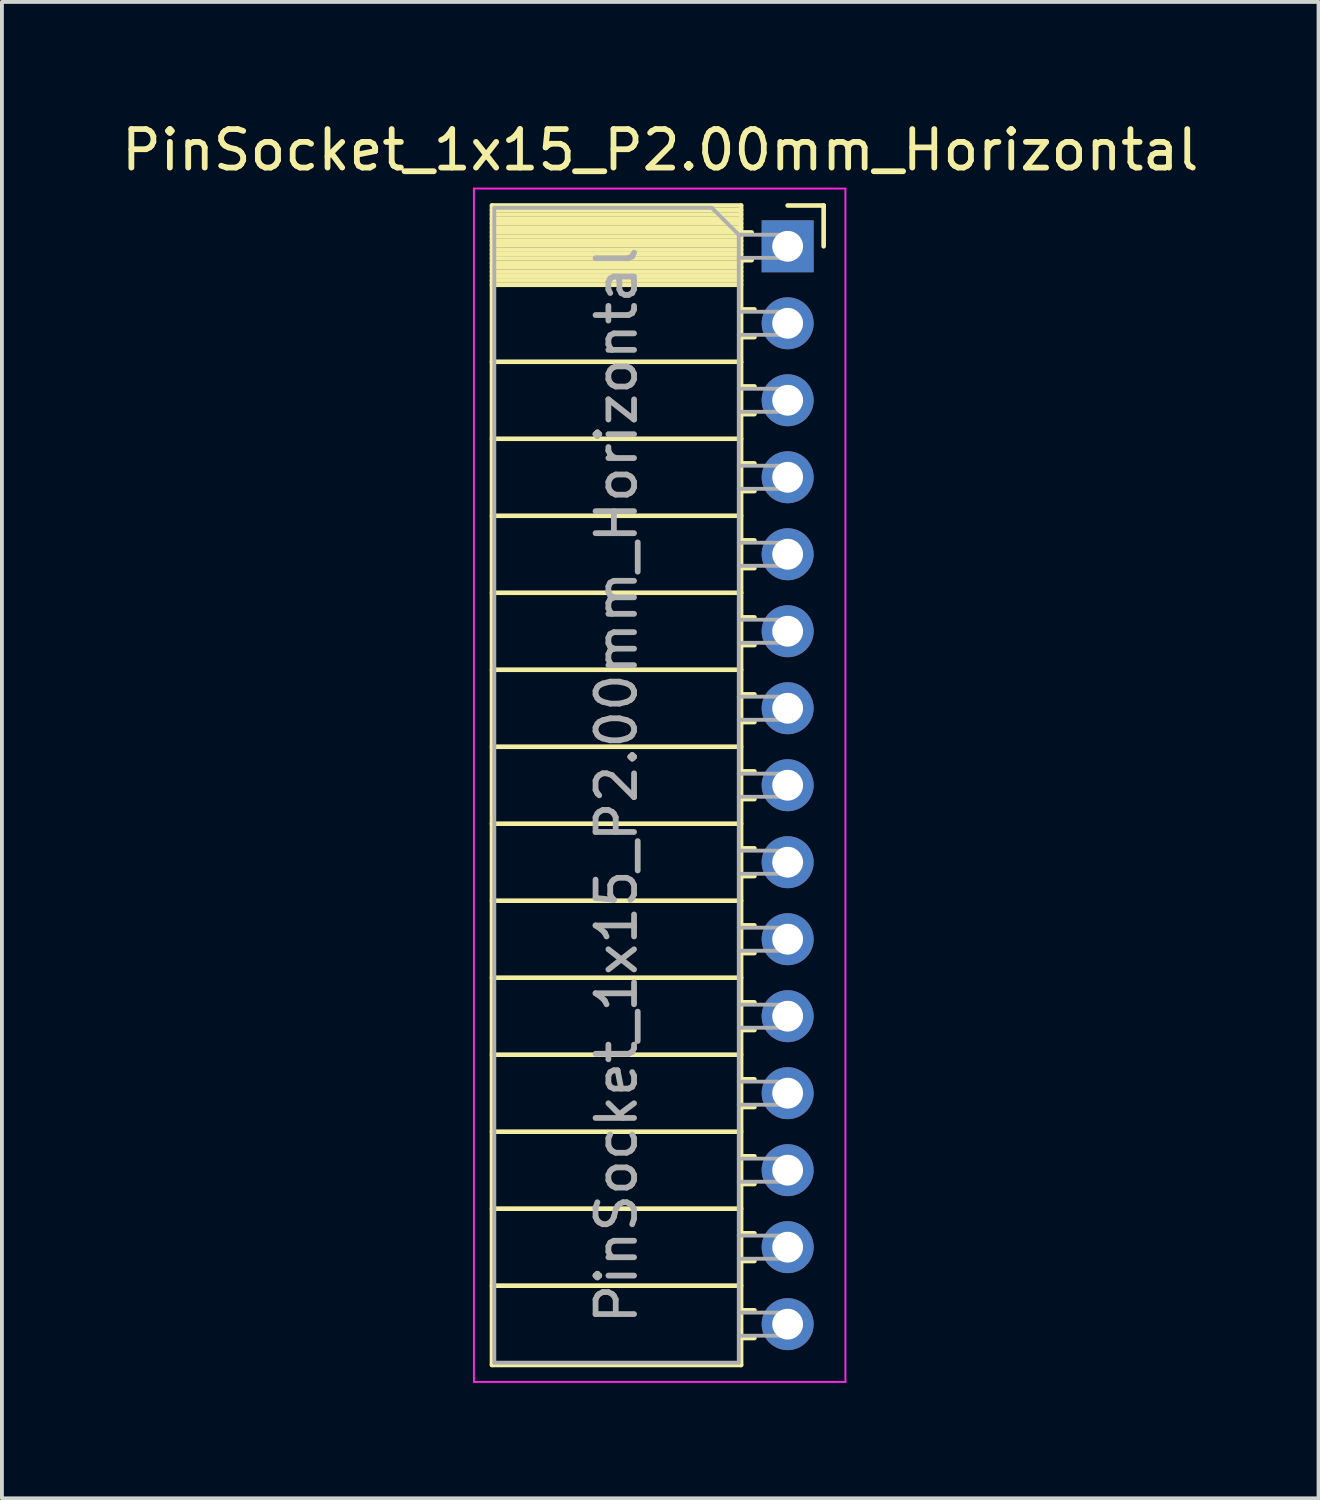
<source format=kicad_pcb>
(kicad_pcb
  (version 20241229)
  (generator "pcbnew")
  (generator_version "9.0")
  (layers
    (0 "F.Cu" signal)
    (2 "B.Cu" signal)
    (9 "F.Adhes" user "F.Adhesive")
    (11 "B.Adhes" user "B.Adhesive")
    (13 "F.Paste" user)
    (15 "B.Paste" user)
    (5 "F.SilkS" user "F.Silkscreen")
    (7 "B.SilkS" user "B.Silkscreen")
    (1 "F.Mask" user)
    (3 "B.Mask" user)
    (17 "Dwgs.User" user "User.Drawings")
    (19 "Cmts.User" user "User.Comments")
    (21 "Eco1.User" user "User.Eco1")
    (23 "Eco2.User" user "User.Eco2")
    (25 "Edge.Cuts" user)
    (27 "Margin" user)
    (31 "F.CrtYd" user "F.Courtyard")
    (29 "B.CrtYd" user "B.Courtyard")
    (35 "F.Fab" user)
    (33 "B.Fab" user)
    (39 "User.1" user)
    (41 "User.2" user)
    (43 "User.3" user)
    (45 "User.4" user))
  (footprint "PinSocket_1x15_P2.00mm_Horizontal"
    (layer "F.Cu")
    (at 17.411 3.348)
    (property "Reference" "PinSocket_1x15_P2.00mm_Horizontal" (at -3.31 -2.5 0) (layer "F.SilkS") (effects (font (size 1 1) (thickness 0.15))))
    (attr through_hole)
    (fp_line (start -7.68 -1.06) (end -7.68 29.06) (stroke (width 0.12) (type solid)) (layer "F.SilkS"))
    (fp_line (start -7.68 -1.06) (end -1.21 -1.06) (stroke (width 0.12) (type solid)) (layer "F.SilkS"))
    (fp_line (start -7.68 -0.94) (end -1.21 -0.94) (stroke (width 0.12) (type solid)) (layer "F.SilkS"))
    (fp_line (start -7.68 -0.826) (end -1.21 -0.826) (stroke (width 0.12) (type solid)) (layer "F.SilkS"))
    (fp_line (start -7.68 -0.712) (end -1.21 -0.712) (stroke (width 0.12) (type solid)) (layer "F.SilkS"))
    (fp_line (start -7.68 -0.598) (end -1.21 -0.598) (stroke (width 0.12) (type solid)) (layer "F.SilkS"))
    (fp_line (start -7.68 -0.484) (end -1.21 -0.484) (stroke (width 0.12) (type solid)) (layer "F.SilkS"))
    (fp_line (start -7.68 -0.369) (end -1.21 -0.369) (stroke (width 0.12) (type solid)) (layer "F.SilkS"))
    (fp_line (start -7.68 -0.255) (end -1.21 -0.255) (stroke (width 0.12) (type solid)) (layer "F.SilkS"))
    (fp_line (start -7.68 -0.141) (end -1.21 -0.141) (stroke (width 0.12) (type solid)) (layer "F.SilkS"))
    (fp_line (start -7.68 -0.027) (end -1.21 -0.027) (stroke (width 0.12) (type solid)) (layer "F.SilkS"))
    (fp_line (start -7.68 0.087) (end -1.21 0.087) (stroke (width 0.12) (type solid)) (layer "F.SilkS"))
    (fp_line (start -7.68 0.201) (end -1.21 0.201) (stroke (width 0.12) (type solid)) (layer "F.SilkS"))
    (fp_line (start -7.68 0.315) (end -1.21 0.315) (stroke (width 0.12) (type solid)) (layer "F.SilkS"))
    (fp_line (start -7.68 0.429) (end -1.21 0.429) (stroke (width 0.12) (type solid)) (layer "F.SilkS"))
    (fp_line (start -7.68 0.544) (end -1.21 0.544) (stroke (width 0.12) (type solid)) (layer "F.SilkS"))
    (fp_line (start -7.68 0.658) (end -1.21 0.658) (stroke (width 0.12) (type solid)) (layer "F.SilkS"))
    (fp_line (start -7.68 0.772) (end -1.21 0.772) (stroke (width 0.12) (type solid)) (layer "F.SilkS"))
    (fp_line (start -7.68 0.886) (end -1.21 0.886) (stroke (width 0.12) (type solid)) (layer "F.SilkS"))
    (fp_line (start -7.68 1) (end -1.21 1) (stroke (width 0.12) (type solid)) (layer "F.SilkS"))
    (fp_line (start -7.68 3) (end -1.21 3) (stroke (width 0.12) (type solid)) (layer "F.SilkS"))
    (fp_line (start -7.68 5) (end -1.21 5) (stroke (width 0.12) (type solid)) (layer "F.SilkS"))
    (fp_line (start -7.68 7) (end -1.21 7) (stroke (width 0.12) (type solid)) (layer "F.SilkS"))
    (fp_line (start -7.68 9) (end -1.21 9) (stroke (width 0.12) (type solid)) (layer "F.SilkS"))
    (fp_line (start -7.68 11) (end -1.21 11) (stroke (width 0.12) (type solid)) (layer "F.SilkS"))
    (fp_line (start -7.68 13) (end -1.21 13) (stroke (width 0.12) (type solid)) (layer "F.SilkS"))
    (fp_line (start -7.68 15) (end -1.21 15) (stroke (width 0.12) (type solid)) (layer "F.SilkS"))
    (fp_line (start -7.68 17) (end -1.21 17) (stroke (width 0.12) (type solid)) (layer "F.SilkS"))
    (fp_line (start -7.68 19) (end -1.21 19) (stroke (width 0.12) (type solid)) (layer "F.SilkS"))
    (fp_line (start -7.68 21) (end -1.21 21) (stroke (width 0.12) (type solid)) (layer "F.SilkS"))
    (fp_line (start -7.68 23) (end -1.21 23) (stroke (width 0.12) (type solid)) (layer "F.SilkS"))
    (fp_line (start -7.68 25) (end -1.21 25) (stroke (width 0.12) (type solid)) (layer "F.SilkS"))
    (fp_line (start -7.68 27) (end -1.21 27) (stroke (width 0.12) (type solid)) (layer "F.SilkS"))
    (fp_line (start -7.68 29.06) (end -1.21 29.06) (stroke (width 0.12) (type solid)) (layer "F.SilkS"))
    (fp_line (start -1.21 -1.06) (end -1.21 29.06) (stroke (width 0.12) (type solid)) (layer "F.SilkS"))
    (fp_line (start -1.21 -0.36) (end -0.935 -0.36) (stroke (width 0.12) (type solid)) (layer "F.SilkS"))
    (fp_line (start -1.21 0.36) (end -0.935 0.36) (stroke (width 0.12) (type solid)) (layer "F.SilkS"))
    (fp_line (start -1.21 1.64) (end -0.863 1.64) (stroke (width 0.12) (type solid)) (layer "F.SilkS"))
    (fp_line (start -1.21 2.36) (end -0.863 2.36) (stroke (width 0.12) (type solid)) (layer "F.SilkS"))
    (fp_line (start -1.21 3.64) (end -0.863 3.64) (stroke (width 0.12) (type solid)) (layer "F.SilkS"))
    (fp_line (start -1.21 4.36) (end -0.863 4.36) (stroke (width 0.12) (type solid)) (layer "F.SilkS"))
    (fp_line (start -1.21 5.64) (end -0.863 5.64) (stroke (width 0.12) (type solid)) (layer "F.SilkS"))
    (fp_line (start -1.21 6.36) (end -0.863 6.36) (stroke (width 0.12) (type solid)) (layer "F.SilkS"))
    (fp_line (start -1.21 7.64) (end -0.863 7.64) (stroke (width 0.12) (type solid)) (layer "F.SilkS"))
    (fp_line (start -1.21 8.36) (end -0.863 8.36) (stroke (width 0.12) (type solid)) (layer "F.SilkS"))
    (fp_line (start -1.21 9.64) (end -0.863 9.64) (stroke (width 0.12) (type solid)) (layer "F.SilkS"))
    (fp_line (start -1.21 10.36) (end -0.863 10.36) (stroke (width 0.12) (type solid)) (layer "F.SilkS"))
    (fp_line (start -1.21 11.64) (end -0.863 11.64) (stroke (width 0.12) (type solid)) (layer "F.SilkS"))
    (fp_line (start -1.21 12.36) (end -0.863 12.36) (stroke (width 0.12) (type solid)) (layer "F.SilkS"))
    (fp_line (start -1.21 13.64) (end -0.863 13.64) (stroke (width 0.12) (type solid)) (layer "F.SilkS"))
    (fp_line (start -1.21 14.36) (end -0.863 14.36) (stroke (width 0.12) (type solid)) (layer "F.SilkS"))
    (fp_line (start -1.21 15.64) (end -0.863 15.64) (stroke (width 0.12) (type solid)) (layer "F.SilkS"))
    (fp_line (start -1.21 16.36) (end -0.863 16.36) (stroke (width 0.12) (type solid)) (layer "F.SilkS"))
    (fp_line (start -1.21 17.64) (end -0.863 17.64) (stroke (width 0.12) (type solid)) (layer "F.SilkS"))
    (fp_line (start -1.21 18.36) (end -0.863 18.36) (stroke (width 0.12) (type solid)) (layer "F.SilkS"))
    (fp_line (start -1.21 19.64) (end -0.863 19.64) (stroke (width 0.12) (type solid)) (layer "F.SilkS"))
    (fp_line (start -1.21 20.36) (end -0.863 20.36) (stroke (width 0.12) (type solid)) (layer "F.SilkS"))
    (fp_line (start -1.21 21.64) (end -0.863 21.64) (stroke (width 0.12) (type solid)) (layer "F.SilkS"))
    (fp_line (start -1.21 22.36) (end -0.863 22.36) (stroke (width 0.12) (type solid)) (layer "F.SilkS"))
    (fp_line (start -1.21 23.64) (end -0.863 23.64) (stroke (width 0.12) (type solid)) (layer "F.SilkS"))
    (fp_line (start -1.21 24.36) (end -0.863 24.36) (stroke (width 0.12) (type solid)) (layer "F.SilkS"))
    (fp_line (start -1.21 25.64) (end -0.863 25.64) (stroke (width 0.12) (type solid)) (layer "F.SilkS"))
    (fp_line (start -1.21 26.36) (end -0.863 26.36) (stroke (width 0.12) (type solid)) (layer "F.SilkS"))
    (fp_line (start -1.21 27.64) (end -0.863 27.64) (stroke (width 0.12) (type solid)) (layer "F.SilkS"))
    (fp_line (start -1.21 28.36) (end -0.863 28.36) (stroke (width 0.12) (type solid)) (layer "F.SilkS"))
    (fp_line (start 0 -1.06) (end 0.935 -1.06) (stroke (width 0.12) (type solid)) (layer "F.SilkS"))
    (fp_line (start 0.935 -1.06) (end 0.935 0) (stroke (width 0.12) (type solid)) (layer "F.SilkS"))
    (fp_line (start -8.15 -1.5) (end -8.15 29.5) (stroke (width 0.05) (type solid)) (layer "F.CrtYd"))
    (fp_line (start -8.15 29.5) (end 1.5 29.5) (stroke (width 0.05) (type solid)) (layer "F.CrtYd"))
    (fp_line (start 1.5 -1.5) (end -8.15 -1.5) (stroke (width 0.05) (type solid)) (layer "F.CrtYd"))
    (fp_line (start 1.5 29.5) (end 1.5 -1.5) (stroke (width 0.05) (type solid)) (layer "F.CrtYd"))
    (fp_line (start -7.62 -1) (end -1.97 -1) (stroke (width 0.1) (type solid)) (layer "F.Fab"))
    (fp_line (start -7.62 29) (end -7.62 -1) (stroke (width 0.1) (type solid)) (layer "F.Fab"))
    (fp_line (start -1.97 -1) (end -1.27 -0.3) (stroke (width 0.1) (type solid)) (layer "F.Fab"))
    (fp_line (start -1.27 -0.3) (end -1.27 29) (stroke (width 0.1) (type solid)) (layer "F.Fab"))
    (fp_line (start -1.27 0.3) (end 0 0.3) (stroke (width 0.1) (type solid)) (layer "F.Fab"))
    (fp_line (start -1.27 2.3) (end 0 2.3) (stroke (width 0.1) (type solid)) (layer "F.Fab"))
    (fp_line (start -1.27 4.3) (end 0 4.3) (stroke (width 0.1) (type solid)) (layer "F.Fab"))
    (fp_line (start -1.27 6.3) (end 0 6.3) (stroke (width 0.1) (type solid)) (layer "F.Fab"))
    (fp_line (start -1.27 8.3) (end 0 8.3) (stroke (width 0.1) (type solid)) (layer "F.Fab"))
    (fp_line (start -1.27 10.3) (end 0 10.3) (stroke (width 0.1) (type solid)) (layer "F.Fab"))
    (fp_line (start -1.27 12.3) (end 0 12.3) (stroke (width 0.1) (type solid)) (layer "F.Fab"))
    (fp_line (start -1.27 14.3) (end 0 14.3) (stroke (width 0.1) (type solid)) (layer "F.Fab"))
    (fp_line (start -1.27 16.3) (end 0 16.3) (stroke (width 0.1) (type solid)) (layer "F.Fab"))
    (fp_line (start -1.27 18.3) (end 0 18.3) (stroke (width 0.1) (type solid)) (layer "F.Fab"))
    (fp_line (start -1.27 20.3) (end 0 20.3) (stroke (width 0.1) (type solid)) (layer "F.Fab"))
    (fp_line (start -1.27 22.3) (end 0 22.3) (stroke (width 0.1) (type solid)) (layer "F.Fab"))
    (fp_line (start -1.27 24.3) (end 0 24.3) (stroke (width 0.1) (type solid)) (layer "F.Fab"))
    (fp_line (start -1.27 26.3) (end 0 26.3) (stroke (width 0.1) (type solid)) (layer "F.Fab"))
    (fp_line (start -1.27 28.3) (end 0 28.3) (stroke (width 0.1) (type solid)) (layer "F.Fab"))
    (fp_line (start -1.27 29) (end -7.62 29) (stroke (width 0.1) (type solid)) (layer "F.Fab"))
    (fp_line (start 0 -0.3) (end -1.27 -0.3) (stroke (width 0.1) (type solid)) (layer "F.Fab"))
    (fp_line (start 0 0.3) (end 0 -0.3) (stroke (width 0.1) (type solid)) (layer "F.Fab"))
    (fp_line (start 0 1.7) (end -1.27 1.7) (stroke (width 0.1) (type solid)) (layer "F.Fab"))
    (fp_line (start 0 2.3) (end 0 1.7) (stroke (width 0.1) (type solid)) (layer "F.Fab"))
    (fp_line (start 0 3.7) (end -1.27 3.7) (stroke (width 0.1) (type solid)) (layer "F.Fab"))
    (fp_line (start 0 4.3) (end 0 3.7) (stroke (width 0.1) (type solid)) (layer "F.Fab"))
    (fp_line (start 0 5.7) (end -1.27 5.7) (stroke (width 0.1) (type solid)) (layer "F.Fab"))
    (fp_line (start 0 6.3) (end 0 5.7) (stroke (width 0.1) (type solid)) (layer "F.Fab"))
    (fp_line (start 0 7.7) (end -1.27 7.7) (stroke (width 0.1) (type solid)) (layer "F.Fab"))
    (fp_line (start 0 8.3) (end 0 7.7) (stroke (width 0.1) (type solid)) (layer "F.Fab"))
    (fp_line (start 0 9.7) (end -1.27 9.7) (stroke (width 0.1) (type solid)) (layer "F.Fab"))
    (fp_line (start 0 10.3) (end 0 9.7) (stroke (width 0.1) (type solid)) (layer "F.Fab"))
    (fp_line (start 0 11.7) (end -1.27 11.7) (stroke (width 0.1) (type solid)) (layer "F.Fab"))
    (fp_line (start 0 12.3) (end 0 11.7) (stroke (width 0.1) (type solid)) (layer "F.Fab"))
    (fp_line (start 0 13.7) (end -1.27 13.7) (stroke (width 0.1) (type solid)) (layer "F.Fab"))
    (fp_line (start 0 14.3) (end 0 13.7) (stroke (width 0.1) (type solid)) (layer "F.Fab"))
    (fp_line (start 0 15.7) (end -1.27 15.7) (stroke (width 0.1) (type solid)) (layer "F.Fab"))
    (fp_line (start 0 16.3) (end 0 15.7) (stroke (width 0.1) (type solid)) (layer "F.Fab"))
    (fp_line (start 0 17.7) (end -1.27 17.7) (stroke (width 0.1) (type solid)) (layer "F.Fab"))
    (fp_line (start 0 18.3) (end 0 17.7) (stroke (width 0.1) (type solid)) (layer "F.Fab"))
    (fp_line (start 0 19.7) (end -1.27 19.7) (stroke (width 0.1) (type solid)) (layer "F.Fab"))
    (fp_line (start 0 20.3) (end 0 19.7) (stroke (width 0.1) (type solid)) (layer "F.Fab"))
    (fp_line (start 0 21.7) (end -1.27 21.7) (stroke (width 0.1) (type solid)) (layer "F.Fab"))
    (fp_line (start 0 22.3) (end 0 21.7) (stroke (width 0.1) (type solid)) (layer "F.Fab"))
    (fp_line (start 0 23.7) (end -1.27 23.7) (stroke (width 0.1) (type solid)) (layer "F.Fab"))
    (fp_line (start 0 24.3) (end 0 23.7) (stroke (width 0.1) (type solid)) (layer "F.Fab"))
    (fp_line (start 0 25.7) (end -1.27 25.7) (stroke (width 0.1) (type solid)) (layer "F.Fab"))
    (fp_line (start 0 26.3) (end 0 25.7) (stroke (width 0.1) (type solid)) (layer "F.Fab"))
    (fp_line (start 0 27.7) (end -1.27 27.7) (stroke (width 0.1) (type solid)) (layer "F.Fab"))
    (fp_line (start 0 28.3) (end 0 27.7) (stroke (width 0.1) (type solid)) (layer "F.Fab"))
    (fp_text user "${REFERENCE}" (at -4.445 14 90) (layer "F.Fab") (effects (font (size 1 1) (thickness 0.15))))
    (pad "1" thru_hole rect (at 0 0) (size 1.35 1.35) (drill 0.8) (layers "*.Cu" "*.Mask"))
    (pad "2" thru_hole oval (at 0 2) (size 1.35 1.35) (drill 0.8) (layers "*.Cu" "*.Mask"))
    (pad "3" thru_hole oval (at 0 4) (size 1.35 1.35) (drill 0.8) (layers "*.Cu" "*.Mask"))
    (pad "4" thru_hole oval (at 0 6) (size 1.35 1.35) (drill 0.8) (layers "*.Cu" "*.Mask"))
    (pad "5" thru_hole oval (at 0 8) (size 1.35 1.35) (drill 0.8) (layers "*.Cu" "*.Mask"))
    (pad "6" thru_hole oval (at 0 10) (size 1.35 1.35) (drill 0.8) (layers "*.Cu" "*.Mask"))
    (pad "7" thru_hole oval (at 0 12) (size 1.35 1.35) (drill 0.8) (layers "*.Cu" "*.Mask"))
    (pad "8" thru_hole oval (at 0 14) (size 1.35 1.35) (drill 0.8) (layers "*.Cu" "*.Mask"))
    (pad "9" thru_hole oval (at 0 16) (size 1.35 1.35) (drill 0.8) (layers "*.Cu" "*.Mask"))
    (pad "10" thru_hole oval (at 0 18) (size 1.35 1.35) (drill 0.8) (layers "*.Cu" "*.Mask"))
    (pad "11" thru_hole oval (at 0 20) (size 1.35 1.35) (drill 0.8) (layers "*.Cu" "*.Mask"))
    (pad "12" thru_hole oval (at 0 22) (size 1.35 1.35) (drill 0.8) (layers "*.Cu" "*.Mask"))
    (pad "13" thru_hole oval (at 0 24) (size 1.35 1.35) (drill 0.8) (layers "*.Cu" "*.Mask"))
    (pad "14" thru_hole oval (at 0 26) (size 1.35 1.35) (drill 0.8) (layers "*.Cu" "*.Mask"))
    (pad "15" thru_hole oval (at 0 28) (size 1.35 1.35) (drill 0.8) (layers "*.Cu" "*.Mask")))
  (gr_rect
    (start -3 -3)
    (end 31.202 35.873)
    (stroke (width 0.1) (type default))
    (fill no)
    (layer "Edge.Cuts")))
</source>
